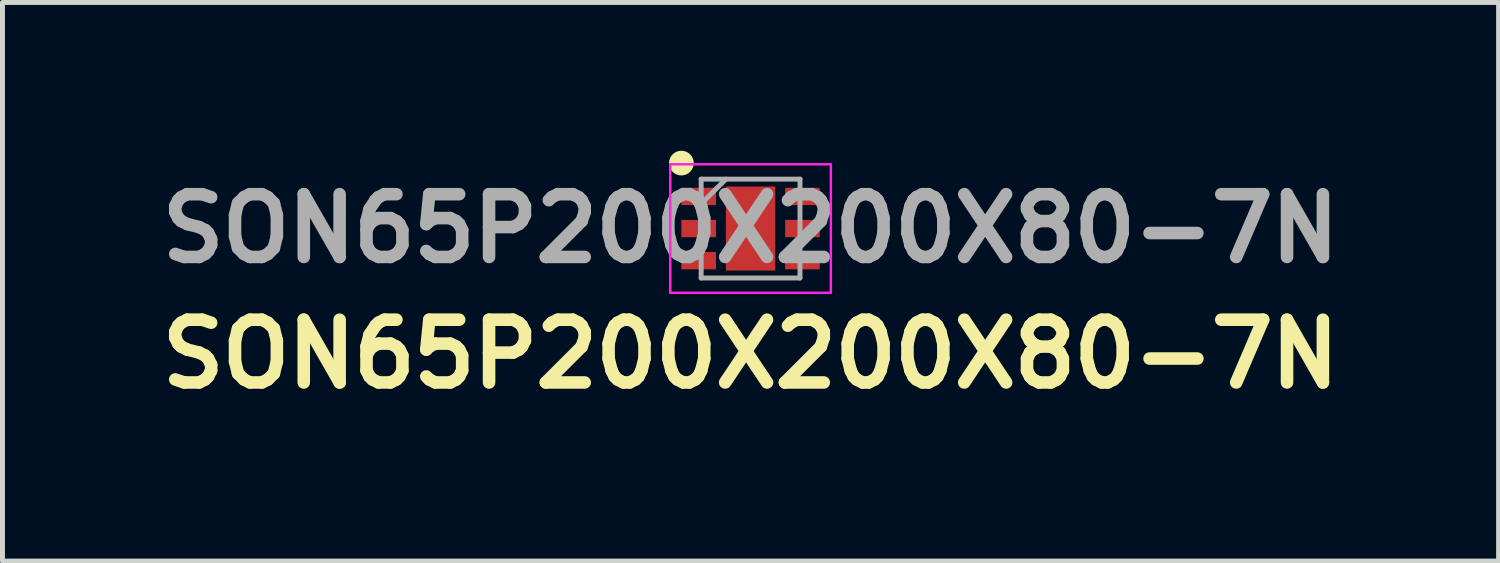
<source format=kicad_pcb>
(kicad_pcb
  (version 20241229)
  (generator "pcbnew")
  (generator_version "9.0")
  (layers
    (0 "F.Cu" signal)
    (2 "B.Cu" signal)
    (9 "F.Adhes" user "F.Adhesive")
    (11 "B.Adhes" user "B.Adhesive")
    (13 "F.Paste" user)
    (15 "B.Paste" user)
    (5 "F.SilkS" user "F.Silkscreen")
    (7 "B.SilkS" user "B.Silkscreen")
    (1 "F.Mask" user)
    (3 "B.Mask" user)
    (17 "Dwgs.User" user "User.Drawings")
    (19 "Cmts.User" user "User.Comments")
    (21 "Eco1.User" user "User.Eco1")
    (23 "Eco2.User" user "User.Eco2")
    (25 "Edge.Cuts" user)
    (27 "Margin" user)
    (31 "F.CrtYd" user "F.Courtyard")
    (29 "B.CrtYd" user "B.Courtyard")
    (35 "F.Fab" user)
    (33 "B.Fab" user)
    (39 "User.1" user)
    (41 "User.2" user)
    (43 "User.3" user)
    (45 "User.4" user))
  (footprint "SON65P200X200X80-7N"
    (layer "F.Cu")
    (at 12.138 1.575)
    (property "Reference" "SON65P200X200X80-7N" (at 0 2.54 0) (layer "F.SilkS") (effects (font (size 1.27 1.27) (thickness 0.254))))
    (attr smd)
    (fp_circle (center -1.4 -1.325) (end -1.4 -1.2) (stroke (width 0.25) (type solid)) (fill no) (layer "F.SilkS"))
    (fp_line (start -1.625 -1.3) (end 1.625 -1.3) (stroke (width 0.05) (type solid)) (layer "F.CrtYd"))
    (fp_line (start -1.625 1.3) (end -1.625 -1.3) (stroke (width 0.05) (type solid)) (layer "F.CrtYd"))
    (fp_line (start 1.625 -1.3) (end 1.625 1.3) (stroke (width 0.05) (type solid)) (layer "F.CrtYd"))
    (fp_line (start 1.625 1.3) (end -1.625 1.3) (stroke (width 0.05) (type solid)) (layer "F.CrtYd"))
    (fp_line (start -1 -1) (end 1 -1) (stroke (width 0.1) (type solid)) (layer "F.Fab"))
    (fp_line (start -1 -0.5) (end -0.5 -1) (stroke (width 0.1) (type solid)) (layer "F.Fab"))
    (fp_line (start -1 1) (end -1 -1) (stroke (width 0.1) (type solid)) (layer "F.Fab"))
    (fp_line (start 1 -1) (end 1 1) (stroke (width 0.1) (type solid)) (layer "F.Fab"))
    (fp_line (start 1 1) (end -1 1) (stroke (width 0.1) (type solid)) (layer "F.Fab"))
    (fp_text user "${REFERENCE}" (at 0 0 0) (layer "F.Fab") (effects (font (size 1.27 1.27) (thickness 0.254))))
    (pad "1" smd rect (at -1.05 -0.65 90) (size 0.35 0.7) (layers "F.Cu" "F.Mask" "F.Paste"))
    (pad "2" smd rect (at -1.05 0 90) (size 0.35 0.7) (layers "F.Cu" "F.Mask" "F.Paste"))
    (pad "3" smd rect (at -1.05 0.65 90) (size 0.35 0.7) (layers "F.Cu" "F.Mask" "F.Paste"))
    (pad "4" smd rect (at 1.05 0.65 90) (size 0.35 0.7) (layers "F.Cu" "F.Mask" "F.Paste"))
    (pad "5" smd rect (at 1.05 0 90) (size 0.35 0.7) (layers "F.Cu" "F.Mask" "F.Paste"))
    (pad "6" smd rect (at 1.05 -0.65 90) (size 0.35 0.7) (layers "F.Cu" "F.Mask" "F.Paste"))
    (pad "7" smd rect (at 0 0) (size 1 1.7) (layers "F.Cu" "F.Mask" "F.Paste")))
  (gr_rect
    (start -3 -3)
    (end 27.275 8.304)
    (stroke (width 0.1) (type default))
    (fill no)
    (layer "Edge.Cuts")))
</source>
